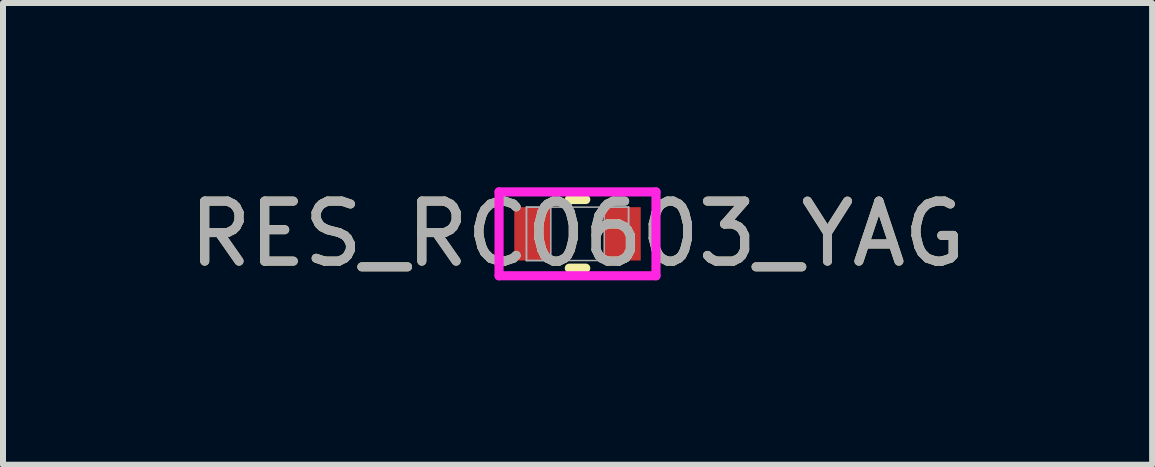
<source format=kicad_pcb>
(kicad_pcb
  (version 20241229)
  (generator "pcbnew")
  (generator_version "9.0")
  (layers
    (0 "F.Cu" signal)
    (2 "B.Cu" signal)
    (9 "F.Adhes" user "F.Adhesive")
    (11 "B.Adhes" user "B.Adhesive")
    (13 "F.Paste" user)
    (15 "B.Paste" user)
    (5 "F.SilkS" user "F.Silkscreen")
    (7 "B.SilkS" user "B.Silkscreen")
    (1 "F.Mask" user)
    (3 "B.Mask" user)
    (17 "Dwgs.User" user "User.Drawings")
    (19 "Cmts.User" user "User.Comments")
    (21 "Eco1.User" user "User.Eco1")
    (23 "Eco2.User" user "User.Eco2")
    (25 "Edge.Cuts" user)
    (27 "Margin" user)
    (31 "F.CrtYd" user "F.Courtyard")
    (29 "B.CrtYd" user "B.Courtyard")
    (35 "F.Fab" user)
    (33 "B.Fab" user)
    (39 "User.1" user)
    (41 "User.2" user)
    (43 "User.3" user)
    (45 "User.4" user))
  (footprint "RES_RC0603_YAG"
    (layer "F.Cu")
    (at 6.577 0.848)
    (property "Reference" "RES_RC0603_YAG" (at 0 0 0) (unlocked yes) (layer "F.SilkS") (effects (font (size 1 1) (thickness 0.15))))
    (attr smd)
    (fp_line (start -0.137 0.572) (end 0.137 0.572) (stroke (width 0.152) (type solid)) (layer "F.SilkS"))
    (fp_line (start 0.137 -0.572) (end -0.137 -0.572) (stroke (width 0.152) (type solid)) (layer "F.SilkS"))
    (fp_line (start -1.308 -0.699) (end 1.308 -0.699) (stroke (width 0.152) (type solid)) (layer "F.CrtYd"))
    (fp_line (start -1.308 0.699) (end -1.308 -0.699) (stroke (width 0.152) (type solid)) (layer "F.CrtYd"))
    (fp_line (start 1.308 -0.699) (end 1.308 0.699) (stroke (width 0.152) (type solid)) (layer "F.CrtYd"))
    (fp_line (start 1.308 0.699) (end -1.308 0.699) (stroke (width 0.152) (type solid)) (layer "F.CrtYd"))
    (fp_line (start -0.851 -0.445) (end -0.851 0.445) (stroke (width 0.025) (type solid)) (layer "F.Fab"))
    (fp_line (start -0.851 -0.445) (end -0.851 0.445) (stroke (width 0.025) (type solid)) (layer "F.Fab"))
    (fp_line (start -0.851 0.445) (end -0.445 0.445) (stroke (width 0.025) (type solid)) (layer "F.Fab"))
    (fp_line (start -0.851 0.445) (end 0.851 0.445) (stroke (width 0.025) (type solid)) (layer "F.Fab"))
    (fp_line (start -0.445 -0.445) (end -0.851 -0.445) (stroke (width 0.025) (type solid)) (layer "F.Fab"))
    (fp_line (start -0.445 0.445) (end -0.445 -0.445) (stroke (width 0.025) (type solid)) (layer "F.Fab"))
    (fp_line (start 0.445 -0.445) (end 0.445 0.445) (stroke (width 0.025) (type solid)) (layer "F.Fab"))
    (fp_line (start 0.445 0.445) (end 0.851 0.445) (stroke (width 0.025) (type solid)) (layer "F.Fab"))
    (fp_line (start 0.851 -0.445) (end -0.851 -0.445) (stroke (width 0.025) (type solid)) (layer "F.Fab"))
    (fp_line (start 0.851 -0.445) (end 0.445 -0.445) (stroke (width 0.025) (type solid)) (layer "F.Fab"))
    (fp_line (start 0.851 0.445) (end 0.851 -0.445) (stroke (width 0.025) (type solid)) (layer "F.Fab"))
    (fp_line (start 0.851 0.445) (end 0.851 -0.445) (stroke (width 0.025) (type solid)) (layer "F.Fab"))
    (fp_text user "${REFERENCE}" (at 0 0 0) (unlocked yes) (layer "F.Fab") (effects (font (size 1 1) (thickness 0.15))))
    (pad "1" smd rect (at -0.749 0) (size 0.61 0.889) (layers "F.Cu" "F.Mask" "F.Paste"))
    (pad "2" smd rect (at 0.749 0) (size 0.61 0.889) (layers "F.Cu" "F.Mask" "F.Paste"))
    (zone (net_name "") (layer "F.Cu") (hatch full 0.508) (connect_pads) (min_thickness 0.254) (filled_areas_thickness no) (keepout (tracks not_allowed) (vias not_allowed) (pads allowed) (copperpour not_allowed) (footprints allowed)) (placement (enabled no)) (fill) (polygon (pts (xy 6.184 0.455) (xy 6.971 0.455) (xy 6.971 1.242) (xy 6.184 1.242)))))
  (gr_rect
    (start -3 -3)
    (end 16.155 4.697)
    (stroke (width 0.1) (type default))
    (fill no)
    (layer "Edge.Cuts")))
</source>
